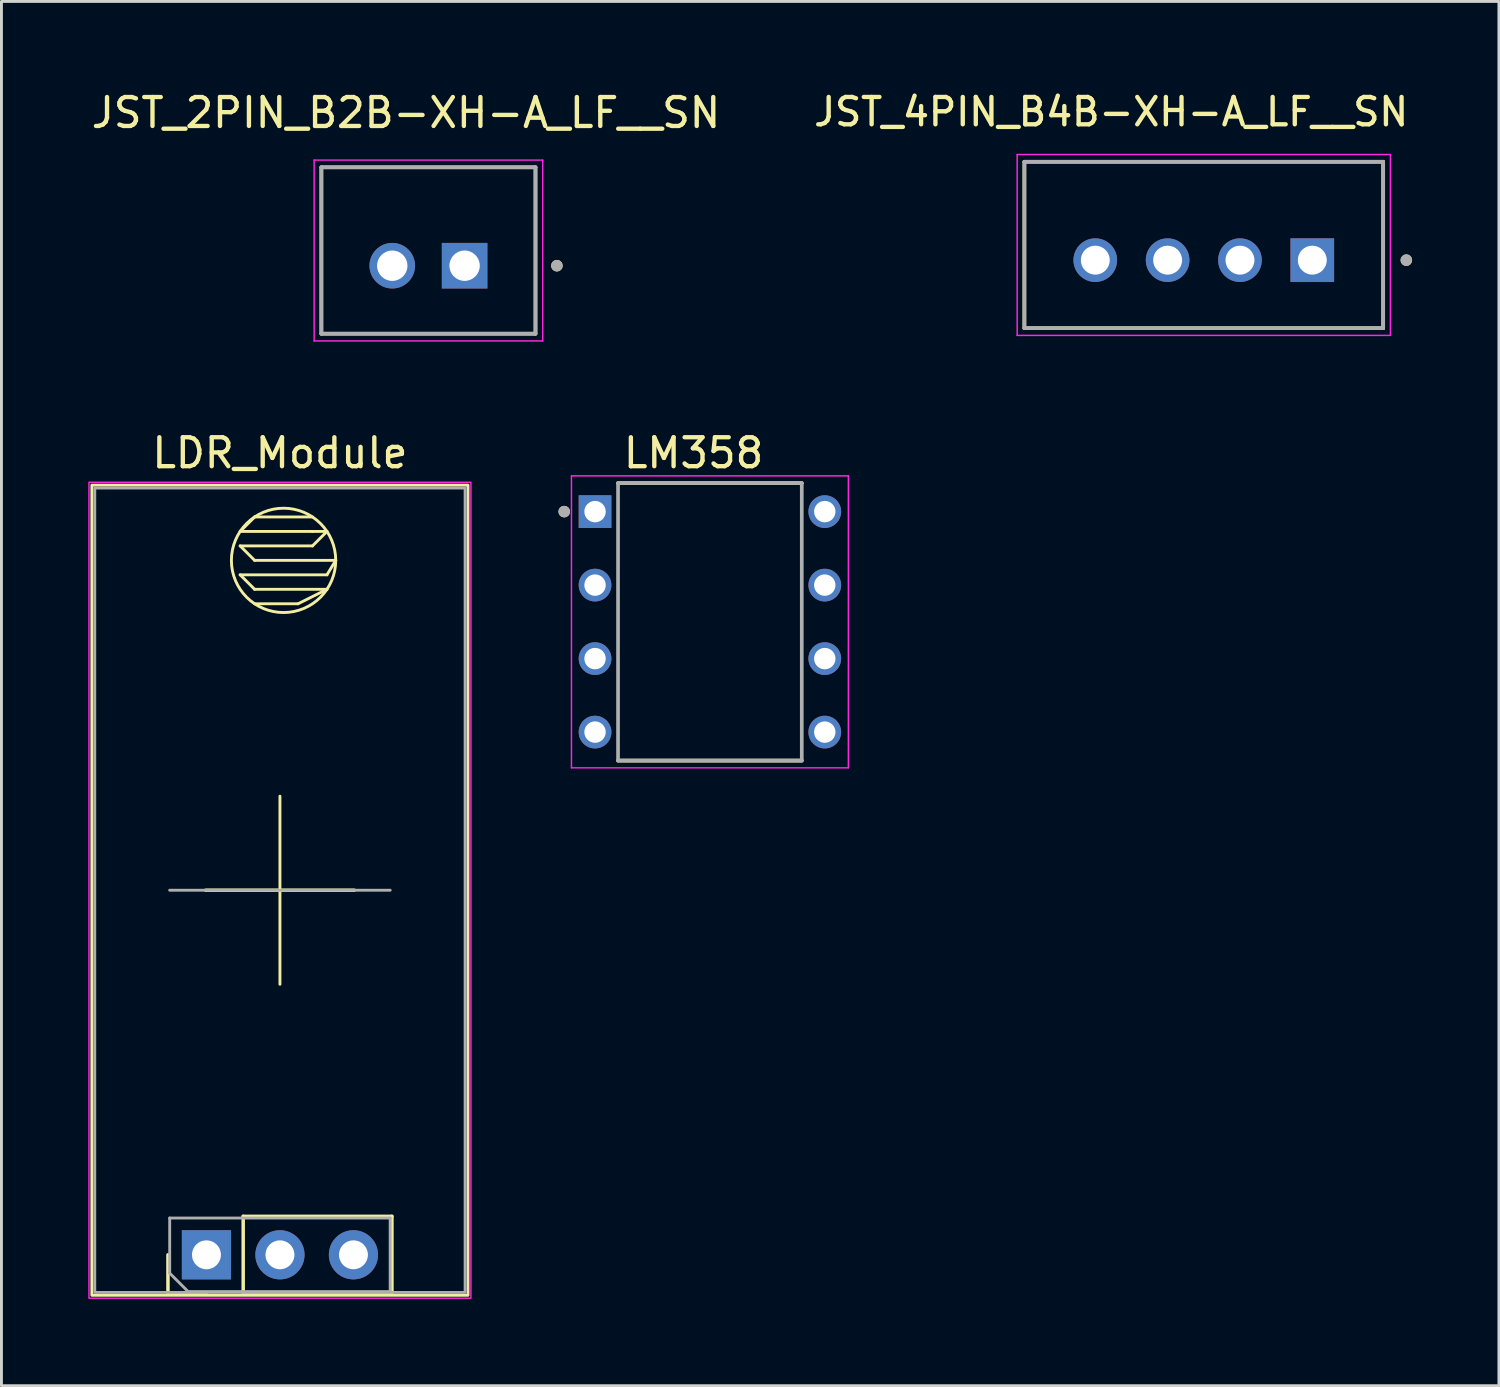
<source format=kicad_pcb>
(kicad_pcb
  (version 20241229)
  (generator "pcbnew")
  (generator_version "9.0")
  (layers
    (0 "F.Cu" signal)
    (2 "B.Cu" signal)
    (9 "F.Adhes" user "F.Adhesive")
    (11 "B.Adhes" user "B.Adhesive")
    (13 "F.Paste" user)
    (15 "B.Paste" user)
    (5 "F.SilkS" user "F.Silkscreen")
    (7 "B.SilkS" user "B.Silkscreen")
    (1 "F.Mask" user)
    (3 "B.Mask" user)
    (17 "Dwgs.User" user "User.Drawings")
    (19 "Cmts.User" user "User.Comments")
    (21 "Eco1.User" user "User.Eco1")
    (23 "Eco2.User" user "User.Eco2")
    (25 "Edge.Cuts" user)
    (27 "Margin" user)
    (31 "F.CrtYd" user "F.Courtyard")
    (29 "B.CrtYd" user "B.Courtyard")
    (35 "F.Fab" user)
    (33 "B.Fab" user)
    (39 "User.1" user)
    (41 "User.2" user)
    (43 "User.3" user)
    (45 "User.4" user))
  (footprint "JST_4PIN_B4B-XH-A_LF__SN"
    (layer "F.Cu")
    (at 38.554 5.416)
    (property "Reference" "JST_4PIN_B4B-XH-A_LF__SN" (at -3.2 -4.6 0) (layer "F.SilkS") (effects (font (size 0.945 0.945) (thickness 0.15))))
    (attr through_hole)
    (fp_line (start -6.2 -2.875) (end 6.2 -2.875) (stroke (width 0.127) (type solid)) (layer "F.SilkS"))
    (fp_line (start -6.2 2.875) (end -6.2 -2.875) (stroke (width 0.127) (type solid)) (layer "F.SilkS"))
    (fp_line (start 6.2 -2.875) (end 6.2 2.875) (stroke (width 0.127) (type solid)) (layer "F.SilkS"))
    (fp_line (start 6.2 2.875) (end -6.2 2.875) (stroke (width 0.127) (type solid)) (layer "F.SilkS"))
    (fp_circle (center 7 0.525) (end 7.1 0.525) (stroke (width 0.2) (type solid)) (fill no) (layer "F.SilkS"))
    (fp_line (start -6.45 -3.125) (end 6.45 -3.125) (stroke (width 0.05) (type solid)) (layer "F.CrtYd"))
    (fp_line (start -6.45 3.125) (end -6.45 -3.125) (stroke (width 0.05) (type solid)) (layer "F.CrtYd"))
    (fp_line (start 6.45 -3.125) (end 6.45 3.125) (stroke (width 0.05) (type solid)) (layer "F.CrtYd"))
    (fp_line (start 6.45 3.125) (end -6.45 3.125) (stroke (width 0.05) (type solid)) (layer "F.CrtYd"))
    (fp_line (start -6.2 -2.875) (end 6.2 -2.875) (stroke (width 0.127) (type solid)) (layer "F.Fab"))
    (fp_line (start -6.2 2.875) (end -6.2 -2.875) (stroke (width 0.127) (type solid)) (layer "F.Fab"))
    (fp_line (start 6.2 -2.875) (end 6.2 2.875) (stroke (width 0.127) (type solid)) (layer "F.Fab"))
    (fp_line (start 6.2 2.875) (end -6.2 2.875) (stroke (width 0.127) (type solid)) (layer "F.Fab"))
    (fp_circle (center 7 0.525) (end 7.1 0.525) (stroke (width 0.2) (type solid)) (fill no) (layer "F.Fab"))
    (pad "1" thru_hole rect (at 3.75 0.525) (size 1.508 1.508) (drill 1) (layers "*.Cu" "*.Mask"))
    (pad "2" thru_hole circle (at 1.25 0.525) (size 1.508 1.508) (drill 1) (layers "*.Cu" "*.Mask"))
    (pad "3" thru_hole circle (at -1.25 0.525) (size 1.508 1.508) (drill 1) (layers "*.Cu" "*.Mask"))
    (pad "4" thru_hole circle (at -3.75 0.525) (size 1.508 1.508) (drill 1) (layers "*.Cu" "*.Mask")))
  (footprint "LDR_Module"
    (layer "F.Cu")
    (at 6.75 27.317)
    (property "Reference" "LDR_Module" (at -0.125 -14.71 0) (unlocked yes) (layer "F.SilkS") (effects (font (size 1 1) (thickness 0.15))))
    (attr through_hole)
    (fp_line (start -3.995 14.33) (end -3.995 13) (stroke (width 0.12) (type solid)) (layer "F.SilkS"))
    (fp_line (start -2.695 0.4) (end 2.445 0.4) (stroke (width 0.12) (type solid)) (layer "F.SilkS"))
    (fp_line (start -2.665 14.33) (end -3.995 14.33) (stroke (width 0.12) (type solid)) (layer "F.SilkS"))
    (fp_line (start -1.5 -12) (end -1 -12.5) (stroke (width 0.1) (type default)) (layer "F.SilkS"))
    (fp_line (start -1.5 -12) (end 1 -12) (stroke (width 0.1) (type default)) (layer "F.SilkS"))
    (fp_line (start -1.5 -11.5) (end -1 -11) (stroke (width 0.1) (type default)) (layer "F.SilkS"))
    (fp_line (start -1.5 -10.5) (end -1 -10) (stroke (width 0.1) (type default)) (layer "F.SilkS"))
    (fp_line (start -1.395 11.67) (end 3.745 11.67) (stroke (width 0.12) (type solid)) (layer "F.SilkS"))
    (fp_line (start -1.395 14.33) (end -1.395 11.67) (stroke (width 0.12) (type solid)) (layer "F.SilkS"))
    (fp_line (start -1.395 14.33) (end 3.745 14.33) (stroke (width 0.12) (type solid)) (layer "F.SilkS"))
    (fp_line (start -1 -12.5) (end 1 -12.5) (stroke (width 0.1) (type default)) (layer "F.SilkS"))
    (fp_line (start -1 -11) (end 1.803 -11) (stroke (width 0.1) (type default)) (layer "F.SilkS"))
    (fp_line (start -1 -10) (end 1.5 -10) (stroke (width 0.1) (type default)) (layer "F.SilkS"))
    (fp_line (start -0.125 -2.85) (end -0.125 3.65) (stroke (width 0.1) (type default)) (layer "F.SilkS"))
    (fp_line (start 0.5 -9.5) (end -1 -9.5) (stroke (width 0.1) (type default)) (layer "F.SilkS"))
    (fp_line (start 1 -12) (end 1.5 -12) (stroke (width 0.1) (type default)) (layer "F.SilkS"))
    (fp_line (start 1 -11.5) (end -1.5 -11.5) (stroke (width 0.1) (type default)) (layer "F.SilkS"))
    (fp_line (start 1.5 -12) (end 1 -11.5) (stroke (width 0.1) (type default)) (layer "F.SilkS"))
    (fp_line (start 1.5 -10.5) (end -1.5 -10.5) (stroke (width 0.1) (type default)) (layer "F.SilkS"))
    (fp_line (start 1.5 -10) (end 0.5 -9.5) (stroke (width 0.1) (type default)) (layer "F.SilkS"))
    (fp_line (start 1.803 -11) (end 1.5 -10.5) (stroke (width 0.1) (type default)) (layer "F.SilkS"))
    (fp_line (start 3.745 14.33) (end 3.745 11.67) (stroke (width 0.12) (type solid)) (layer "F.SilkS"))
    (fp_rect (start -6.625 -13.6) (end 6.375 14.4) (stroke (width 0.1) (type default)) (fill no) (layer "F.SilkS"))
    (fp_circle (center 0 -11) (end 1.5 -10) (stroke (width 0.1) (type default)) (fill no) (layer "F.SilkS"))
    (fp_rect (start -6.725 -13.7) (end 6.475 14.5) (stroke (width 0.05) (type default)) (fill no) (layer "F.CrtYd"))
    (fp_line (start -3.935 0.4) (end 3.685 0.4) (stroke (width 0.1) (type solid)) (layer "F.Fab"))
    (fp_line (start -3.935 11.73) (end 3.685 11.73) (stroke (width 0.1) (type solid)) (layer "F.Fab"))
    (fp_line (start -3.935 13.635) (end -3.935 11.73) (stroke (width 0.1) (type solid)) (layer "F.Fab"))
    (fp_line (start -3.3 14.27) (end -3.935 13.635) (stroke (width 0.1) (type solid)) (layer "F.Fab"))
    (fp_line (start 3.685 11.73) (end 3.685 14.27) (stroke (width 0.1) (type solid)) (layer "F.Fab"))
    (fp_line (start 3.685 14.27) (end -3.3 14.27) (stroke (width 0.1) (type solid)) (layer "F.Fab"))
    (fp_rect (start -6.525 -13.5) (end 6.275 14.3) (stroke (width 0.1) (type default)) (fill no) (layer "F.Fab"))
    (pad "1" thru_hole rect (at -2.665 13 90) (size 1.7 1.7) (drill 1) (layers "*.Cu" "*.Mask"))
    (pad "2" thru_hole oval (at -0.125 13 90) (size 1.7 1.7) (drill 1) (layers "*.Cu" "*.Mask"))
    (pad "3" thru_hole oval (at 2.415 13 90) (size 1.7 1.7) (drill 1) (layers "*.Cu" "*.Mask")))
  (footprint "LM358"
    (layer "F.Cu")
    (at 21.485 18.442)
    (property "Reference" "LM358" (at -0.565 -5.835 0) (layer "F.SilkS") (effects (font (size 1 1) (thickness 0.15))))
    (attr through_hole)
    (fp_line (start -3.175 -4.795) (end 3.175 -4.795) (stroke (width 0.127) (type solid)) (layer "F.SilkS"))
    (fp_line (start -3.175 4.795) (end 3.175 4.795) (stroke (width 0.127) (type solid)) (layer "F.SilkS"))
    (fp_circle (center -5.035 -3.81) (end -4.935 -3.81) (stroke (width 0.2) (type solid)) (fill no) (layer "F.SilkS"))
    (fp_line (start -4.785 -5.045) (end -4.785 5.045) (stroke (width 0.05) (type solid)) (layer "F.CrtYd"))
    (fp_line (start 4.785 -5.045) (end -4.785 -5.045) (stroke (width 0.05) (type solid)) (layer "F.CrtYd"))
    (fp_line (start 4.785 -5.045) (end 4.785 5.045) (stroke (width 0.05) (type solid)) (layer "F.CrtYd"))
    (fp_line (start 4.785 5.045) (end -4.785 5.045) (stroke (width 0.05) (type solid)) (layer "F.CrtYd"))
    (fp_line (start -3.175 -4.795) (end -3.175 4.795) (stroke (width 0.127) (type solid)) (layer "F.Fab"))
    (fp_line (start -3.175 -4.795) (end 3.175 -4.795) (stroke (width 0.127) (type solid)) (layer "F.Fab"))
    (fp_line (start -3.175 4.795) (end 3.175 4.795) (stroke (width 0.127) (type solid)) (layer "F.Fab"))
    (fp_line (start 3.175 -4.795) (end 3.175 4.795) (stroke (width 0.127) (type solid)) (layer "F.Fab"))
    (fp_circle (center -5.035 -3.81) (end -4.935 -3.81) (stroke (width 0.2) (type solid)) (fill no) (layer "F.Fab"))
    (pad "1" thru_hole rect (at -3.97 -3.81) (size 1.13 1.13) (drill 0.74) (layers "*.Cu" "*.Mask"))
    (pad "2" thru_hole circle (at -3.97 -1.27) (size 1.13 1.13) (drill 0.74) (layers "*.Cu" "*.Mask"))
    (pad "3" thru_hole circle (at -3.97 1.27) (size 1.13 1.13) (drill 0.74) (layers "*.Cu" "*.Mask"))
    (pad "4" thru_hole circle (at -3.97 3.81) (size 1.13 1.13) (drill 0.74) (layers "*.Cu" "*.Mask"))
    (pad "5" thru_hole circle (at 3.97 3.81) (size 1.13 1.13) (drill 0.74) (layers "*.Cu" "*.Mask"))
    (pad "6" thru_hole circle (at 3.97 1.27) (size 1.13 1.13) (drill 0.74) (layers "*.Cu" "*.Mask"))
    (pad "7" thru_hole circle (at 3.97 -1.27) (size 1.13 1.13) (drill 0.74) (layers "*.Cu" "*.Mask"))
    (pad "8" thru_hole circle (at 3.97 -3.81) (size 1.13 1.13) (drill 0.74) (layers "*.Cu" "*.Mask")))
  (footprint "JST_2PIN_B2B-XH-A_LF__SN"
    (layer "F.Cu")
    (at 11.757 5.608)
    (property "Reference" "JST_2PIN_B2B-XH-A_LF__SN" (at -0.775 -4.76 0) (layer "F.SilkS") (effects (font (size 1 1) (thickness 0.15))))
    (attr through_hole)
    (fp_line (start -3.7 -2.875) (end 3.7 -2.875) (stroke (width 0.127) (type solid)) (layer "F.SilkS"))
    (fp_line (start -3.7 2.875) (end -3.7 -2.875) (stroke (width 0.127) (type solid)) (layer "F.SilkS"))
    (fp_line (start 3.7 -2.875) (end 3.7 2.875) (stroke (width 0.127) (type solid)) (layer "F.SilkS"))
    (fp_line (start 3.7 2.875) (end -3.7 2.875) (stroke (width 0.127) (type solid)) (layer "F.SilkS"))
    (fp_circle (center 4.44 0.525) (end 4.54 0.525) (stroke (width 0.2) (type solid)) (fill no) (layer "F.SilkS"))
    (fp_line (start -3.95 -3.125) (end -3.95 3.125) (stroke (width 0.05) (type solid)) (layer "F.CrtYd"))
    (fp_line (start -3.95 3.125) (end 3.95 3.125) (stroke (width 0.05) (type solid)) (layer "F.CrtYd"))
    (fp_line (start 3.95 -3.125) (end -3.95 -3.125) (stroke (width 0.05) (type solid)) (layer "F.CrtYd"))
    (fp_line (start 3.95 3.125) (end 3.95 -3.125) (stroke (width 0.05) (type solid)) (layer "F.CrtYd"))
    (fp_line (start -3.7 -2.875) (end 3.7 -2.875) (stroke (width 0.127) (type solid)) (layer "F.Fab"))
    (fp_line (start -3.7 2.875) (end -3.7 -2.875) (stroke (width 0.127) (type solid)) (layer "F.Fab"))
    (fp_line (start 3.7 -2.875) (end 3.7 2.875) (stroke (width 0.127) (type solid)) (layer "F.Fab"))
    (fp_line (start 3.7 2.875) (end -3.7 2.875) (stroke (width 0.127) (type solid)) (layer "F.Fab"))
    (fp_circle (center 4.44 0.525) (end 4.54 0.525) (stroke (width 0.2) (type solid)) (fill no) (layer "F.Fab"))
    (pad "1" thru_hole rect (at 1.25 0.525) (size 1.575 1.575) (drill 1.05) (layers "*.Cu" "*.Mask"))
    (pad "2" thru_hole circle (at -1.25 0.525) (size 1.575 1.575) (drill 1.05) (layers "*.Cu" "*.Mask")))
  (gr_rect
    (start -3 -3)
    (end 48.754 44.842)
    (stroke (width 0.1) (type default))
    (fill no)
    (layer "Edge.Cuts")))
</source>
